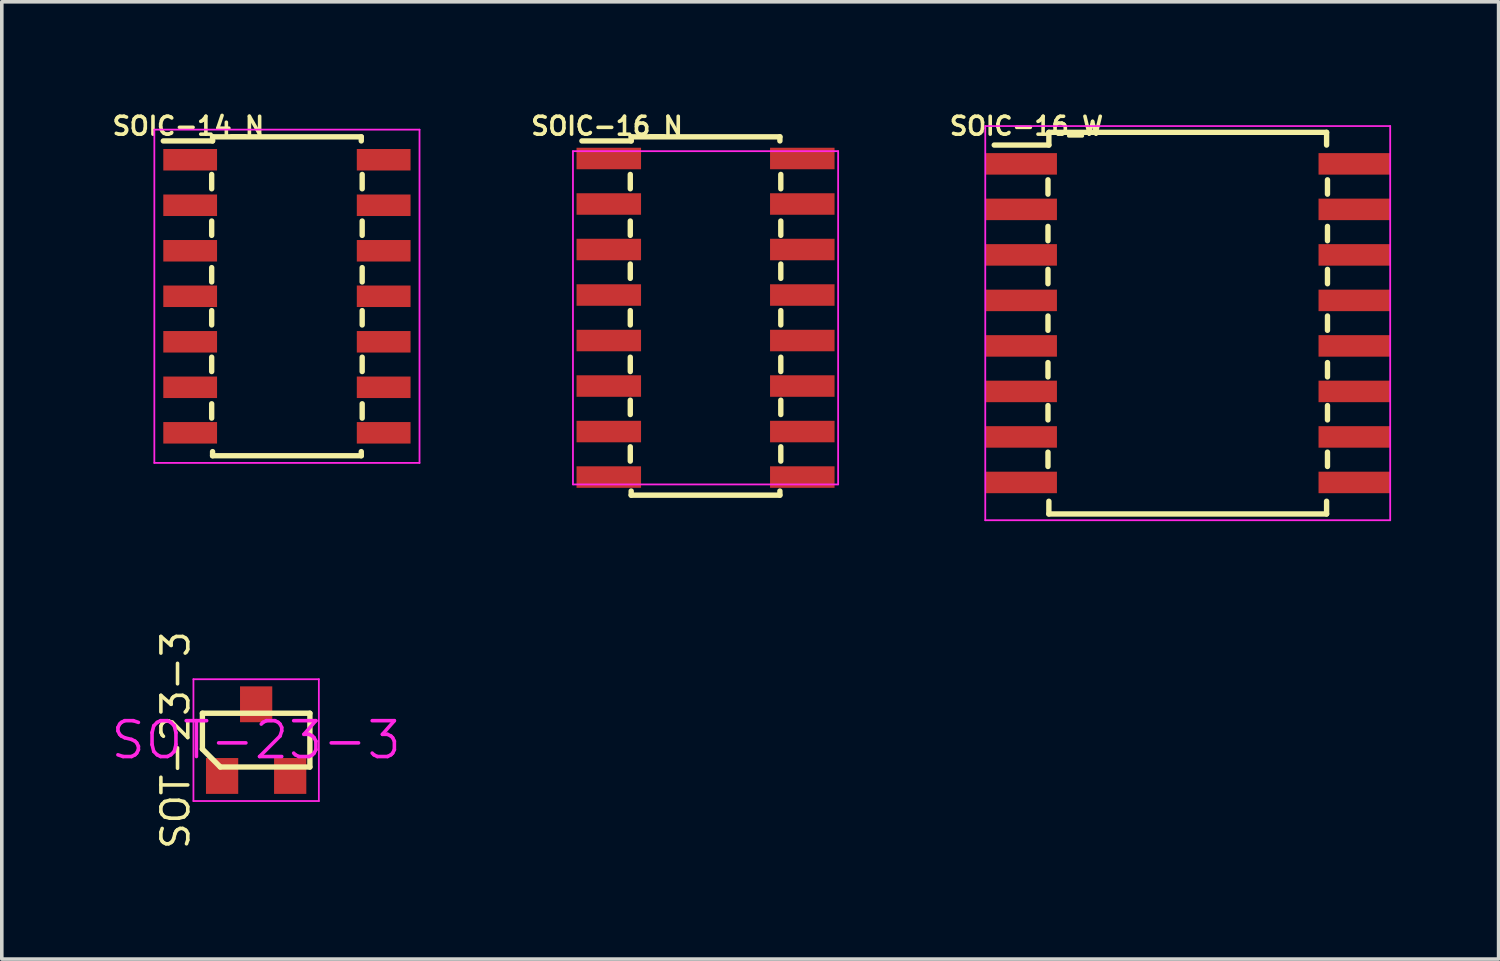
<source format=kicad_pcb>
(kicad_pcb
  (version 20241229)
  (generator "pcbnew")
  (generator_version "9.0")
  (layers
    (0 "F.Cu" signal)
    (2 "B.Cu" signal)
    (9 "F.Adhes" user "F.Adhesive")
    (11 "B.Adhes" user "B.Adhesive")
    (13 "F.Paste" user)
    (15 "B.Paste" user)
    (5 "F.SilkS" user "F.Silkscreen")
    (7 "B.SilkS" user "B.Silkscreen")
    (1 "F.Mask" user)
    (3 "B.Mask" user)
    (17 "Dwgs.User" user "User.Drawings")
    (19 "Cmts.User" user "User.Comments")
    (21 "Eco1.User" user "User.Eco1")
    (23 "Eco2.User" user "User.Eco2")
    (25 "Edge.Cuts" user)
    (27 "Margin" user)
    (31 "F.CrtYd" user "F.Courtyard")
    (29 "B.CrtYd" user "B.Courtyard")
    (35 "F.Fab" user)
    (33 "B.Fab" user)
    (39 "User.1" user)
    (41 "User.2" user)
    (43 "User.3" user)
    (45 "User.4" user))
  (footprint "SOT-23-3"
    (layer "F.Cu")
    (at 4.098 17.604)
    (property "Reference" "SOT-23-3" (at -2.25 0 90) (layer "F.SilkS") (effects (font (size 0.75 0.75) (thickness 0.1))))
    (attr smd)
    (fp_line (start -1.5 -0.75) (end -1.5 0.25) (stroke (width 0.15) (type solid)) (layer "F.SilkS"))
    (fp_line (start -1.5 0.25) (end -1 0.75) (stroke (width 0.15) (type solid)) (layer "F.SilkS"))
    (fp_line (start -1 0.75) (end 1.5 0.75) (stroke (width 0.15) (type solid)) (layer "F.SilkS"))
    (fp_line (start 1.5 -0.75) (end -1.5 -0.75) (stroke (width 0.15) (type solid)) (layer "F.SilkS"))
    (fp_line (start 1.5 0.75) (end 1.5 -0.75) (stroke (width 0.15) (type solid)) (layer "F.SilkS"))
    (fp_line (start -1.75 -1.7) (end 1.75 -1.7) (stroke (width 0.05) (type solid)) (layer "F.CrtYd"))
    (fp_line (start -1.75 1.7) (end -1.75 -1.7) (stroke (width 0.05) (type solid)) (layer "F.CrtYd"))
    (fp_line (start 1.75 -1.7) (end 1.75 1.7) (stroke (width 0.05) (type solid)) (layer "F.CrtYd"))
    (fp_line (start 1.75 1.7) (end -1.75 1.7) (stroke (width 0.05) (type solid)) (layer "F.CrtYd"))
    (fp_text user "${REFERENCE}" (at 0 0 0) (layer "F.CrtYd") (effects (font (size 1 1) (thickness 0.1))))
    (pad "1" smd rect (at -0.95 1) (size 0.9 1) (layers "F.Cu" "F.Mask" "F.Paste"))
    (pad "2" smd rect (at 0.95 1) (size 0.9 1) (layers "F.Cu" "F.Mask" "F.Paste"))
    (pad "3" smd rect (at 0 -1) (size 0.9 1) (layers "F.Cu" "F.Mask" "F.Paste")))
  (footprint "SOIC-14_N"
    (layer "F.Cu")
    (at 4.957 5.218)
    (property "Reference" "SOIC-14_N" (at -2.75 -4.75 0) (layer "F.SilkS") (effects (font (size 0.5 0.5) (thickness 0.1))))
    (attr smd)
    (fp_line (start -2.1 -3.4) (end -2.1 -3) (stroke (width 0.15) (type solid)) (layer "F.SilkS"))
    (fp_line (start -2.1 -2.1) (end -2.1 -1.7) (stroke (width 0.15) (type solid)) (layer "F.SilkS"))
    (fp_line (start -2.1 -0.8) (end -2.1 -0.4) (stroke (width 0.15) (type solid)) (layer "F.SilkS"))
    (fp_line (start -2.1 0.4) (end -2.1 0.8) (stroke (width 0.15) (type solid)) (layer "F.SilkS"))
    (fp_line (start -2.1 1.7) (end -2.1 2.1) (stroke (width 0.15) (type solid)) (layer "F.SilkS"))
    (fp_line (start -2.1 3) (end -2.1 3.4) (stroke (width 0.15) (type solid)) (layer "F.SilkS"))
    (fp_line (start -2.075 -4.45) (end -2.075 -4.335) (stroke (width 0.15) (type solid)) (layer "F.SilkS"))
    (fp_line (start -2.075 -4.45) (end 2.075 -4.45) (stroke (width 0.15) (type solid)) (layer "F.SilkS"))
    (fp_line (start -2.075 -4.335) (end -3.45 -4.335) (stroke (width 0.15) (type solid)) (layer "F.SilkS"))
    (fp_line (start -2.075 4.45) (end -2.075 4.335) (stroke (width 0.15) (type solid)) (layer "F.SilkS"))
    (fp_line (start -2.075 4.45) (end 2.075 4.45) (stroke (width 0.15) (type solid)) (layer "F.SilkS"))
    (fp_line (start 2.075 -4.45) (end 2.075 -4.335) (stroke (width 0.15) (type solid)) (layer "F.SilkS"))
    (fp_line (start 2.075 4.45) (end 2.075 4.335) (stroke (width 0.15) (type solid)) (layer "F.SilkS"))
    (fp_line (start 2.1 -3.4) (end 2.1 -3) (stroke (width 0.15) (type solid)) (layer "F.SilkS"))
    (fp_line (start 2.1 -2.1) (end 2.1 -1.7) (stroke (width 0.15) (type solid)) (layer "F.SilkS"))
    (fp_line (start 2.1 -0.8) (end 2.1 -0.4) (stroke (width 0.15) (type solid)) (layer "F.SilkS"))
    (fp_line (start 2.1 0.4) (end 2.1 0.8) (stroke (width 0.15) (type solid)) (layer "F.SilkS"))
    (fp_line (start 2.1 1.7) (end 2.1 2.1) (stroke (width 0.15) (type solid)) (layer "F.SilkS"))
    (fp_line (start 2.1 3) (end 2.1 3.4) (stroke (width 0.15) (type solid)) (layer "F.SilkS"))
    (fp_line (start -3.7 -4.65) (end -3.7 4.65) (stroke (width 0.05) (type solid)) (layer "F.CrtYd"))
    (fp_line (start -3.7 -4.65) (end 3.7 -4.65) (stroke (width 0.05) (type solid)) (layer "F.CrtYd"))
    (fp_line (start -3.7 4.65) (end 3.7 4.65) (stroke (width 0.05) (type solid)) (layer "F.CrtYd"))
    (fp_line (start 3.7 -4.65) (end 3.7 4.65) (stroke (width 0.05) (type solid)) (layer "F.CrtYd"))
    (pad "1" smd rect (at -2.7 -3.81) (size 1.5 0.6) (layers "F.Cu" "F.Mask" "F.Paste"))
    (pad "2" smd rect (at -2.7 -2.54) (size 1.5 0.6) (layers "F.Cu" "F.Mask" "F.Paste"))
    (pad "3" smd rect (at -2.7 -1.27) (size 1.5 0.6) (layers "F.Cu" "F.Mask" "F.Paste"))
    (pad "4" smd rect (at -2.7 0) (size 1.5 0.6) (layers "F.Cu" "F.Mask" "F.Paste"))
    (pad "5" smd rect (at -2.7 1.27) (size 1.5 0.6) (layers "F.Cu" "F.Mask" "F.Paste"))
    (pad "6" smd rect (at -2.7 2.54) (size 1.5 0.6) (layers "F.Cu" "F.Mask" "F.Paste"))
    (pad "7" smd rect (at -2.7 3.81) (size 1.5 0.6) (layers "F.Cu" "F.Mask" "F.Paste"))
    (pad "8" smd rect (at 2.7 3.81) (size 1.5 0.6) (layers "F.Cu" "F.Mask" "F.Paste"))
    (pad "9" smd rect (at 2.7 2.54) (size 1.5 0.6) (layers "F.Cu" "F.Mask" "F.Paste"))
    (pad "10" smd rect (at 2.7 1.27) (size 1.5 0.6) (layers "F.Cu" "F.Mask" "F.Paste"))
    (pad "11" smd rect (at 2.7 0) (size 1.5 0.6) (layers "F.Cu" "F.Mask" "F.Paste"))
    (pad "12" smd rect (at 2.7 -1.27) (size 1.5 0.6) (layers "F.Cu" "F.Mask" "F.Paste"))
    (pad "13" smd rect (at 2.7 -2.54) (size 1.5 0.6) (layers "F.Cu" "F.Mask" "F.Paste"))
    (pad "14" smd rect (at 2.7 -3.81) (size 1.5 0.6) (layers "F.Cu" "F.Mask" "F.Paste")))
  (footprint "SOIC-16_N"
    (layer "F.Cu")
    (at 16.639 5.818)
    (property "Reference" "SOIC-16_N" (at -2.75 -5.35 0) (layer "F.SilkS") (effects (font (size 0.5 0.5) (thickness 0.1))))
    (attr smd)
    (fp_line (start -2.1 -4) (end -2.1 -3.6) (stroke (width 0.15) (type solid)) (layer "F.SilkS"))
    (fp_line (start -2.1 -2.7) (end -2.1 -2.3) (stroke (width 0.15) (type solid)) (layer "F.SilkS"))
    (fp_line (start -2.1 -1.5) (end -2.1 -1.1) (stroke (width 0.15) (type solid)) (layer "F.SilkS"))
    (fp_line (start -2.1 -0.2) (end -2.1 0.2) (stroke (width 0.15) (type solid)) (layer "F.SilkS"))
    (fp_line (start -2.1 1.1) (end -2.1 1.5) (stroke (width 0.15) (type solid)) (layer "F.SilkS"))
    (fp_line (start -2.1 2.3) (end -2.1 2.7) (stroke (width 0.15) (type solid)) (layer "F.SilkS"))
    (fp_line (start -2.1 3.6) (end -2.1 4) (stroke (width 0.15) (type solid)) (layer "F.SilkS"))
    (fp_line (start -2.075 -5.05) (end -2.075 -4.935) (stroke (width 0.15) (type solid)) (layer "F.SilkS"))
    (fp_line (start -2.075 -5.05) (end 2.075 -5.05) (stroke (width 0.15) (type solid)) (layer "F.SilkS"))
    (fp_line (start -2.075 -4.935) (end -3.45 -4.935) (stroke (width 0.15) (type solid)) (layer "F.SilkS"))
    (fp_line (start -2.075 4.95) (end -2.075 4.835) (stroke (width 0.15) (type solid)) (layer "F.SilkS"))
    (fp_line (start -2.075 4.95) (end 2.075 4.95) (stroke (width 0.15) (type solid)) (layer "F.SilkS"))
    (fp_line (start 2.075 -5.05) (end 2.075 -4.935) (stroke (width 0.15) (type solid)) (layer "F.SilkS"))
    (fp_line (start 2.075 4.95) (end 2.075 4.835) (stroke (width 0.15) (type solid)) (layer "F.SilkS"))
    (fp_line (start 2.1 -4) (end 2.1 -3.6) (stroke (width 0.15) (type solid)) (layer "F.SilkS"))
    (fp_line (start 2.1 -2.7) (end 2.1 -2.3) (stroke (width 0.15) (type solid)) (layer "F.SilkS"))
    (fp_line (start 2.1 -1.5) (end 2.1 -1.1) (stroke (width 0.15) (type solid)) (layer "F.SilkS"))
    (fp_line (start 2.1 -0.2) (end 2.1 0.2) (stroke (width 0.15) (type solid)) (layer "F.SilkS"))
    (fp_line (start 2.1 1.1) (end 2.1 1.5) (stroke (width 0.15) (type solid)) (layer "F.SilkS"))
    (fp_line (start 2.1 2.3) (end 2.1 2.7) (stroke (width 0.15) (type solid)) (layer "F.SilkS"))
    (fp_line (start 2.1 3.6) (end 2.1 4) (stroke (width 0.15) (type solid)) (layer "F.SilkS"))
    (fp_line (start -3.7 -4.65) (end -3.7 4.65) (stroke (width 0.05) (type solid)) (layer "F.CrtYd"))
    (fp_line (start -3.7 -4.65) (end 3.7 -4.65) (stroke (width 0.05) (type solid)) (layer "F.CrtYd"))
    (fp_line (start -3.7 4.65) (end 3.7 4.65) (stroke (width 0.05) (type solid)) (layer "F.CrtYd"))
    (fp_line (start 3.7 -4.65) (end 3.7 4.65) (stroke (width 0.05) (type solid)) (layer "F.CrtYd"))
    (pad "1" smd rect (at -2.7 -4.445) (size 1.8 0.6) (layers "F.Cu" "F.Mask" "F.Paste"))
    (pad "2" smd rect (at -2.7 -3.175) (size 1.8 0.6) (layers "F.Cu" "F.Mask" "F.Paste"))
    (pad "3" smd rect (at -2.7 -1.905) (size 1.8 0.6) (layers "F.Cu" "F.Mask" "F.Paste"))
    (pad "4" smd rect (at -2.7 -0.635) (size 1.8 0.6) (layers "F.Cu" "F.Mask" "F.Paste"))
    (pad "5" smd rect (at -2.7 0.635) (size 1.8 0.6) (layers "F.Cu" "F.Mask" "F.Paste"))
    (pad "6" smd rect (at -2.7 1.905) (size 1.8 0.6) (layers "F.Cu" "F.Mask" "F.Paste"))
    (pad "7" smd rect (at -2.7 3.175) (size 1.8 0.6) (layers "F.Cu" "F.Mask" "F.Paste"))
    (pad "8" smd rect (at -2.7 4.445) (size 1.8 0.6) (layers "F.Cu" "F.Mask" "F.Paste"))
    (pad "9" smd rect (at 2.7 4.445) (size 1.8 0.6) (layers "F.Cu" "F.Mask" "F.Paste"))
    (pad "10" smd rect (at 2.7 3.175) (size 1.8 0.6) (layers "F.Cu" "F.Mask" "F.Paste"))
    (pad "11" smd rect (at 2.7 1.905) (size 1.8 0.6) (layers "F.Cu" "F.Mask" "F.Paste"))
    (pad "12" smd rect (at 2.7 0.635) (size 1.8 0.6) (layers "F.Cu" "F.Mask" "F.Paste"))
    (pad "13" smd rect (at 2.7 -0.635) (size 1.8 0.6) (layers "F.Cu" "F.Mask" "F.Paste"))
    (pad "14" smd rect (at 2.7 -1.905) (size 1.8 0.6) (layers "F.Cu" "F.Mask" "F.Paste"))
    (pad "15" smd rect (at 2.7 -3.175) (size 1.8 0.6) (layers "F.Cu" "F.Mask" "F.Paste"))
    (pad "16" smd rect (at 2.7 -4.445) (size 1.8 0.6) (layers "F.Cu" "F.Mask" "F.Paste")))
  (footprint "SOIC-16_W"
    (layer "F.Cu")
    (at 30.095 5.968)
    (property "Reference" "SOIC-16_W" (at -4.5 -5.5 180) (layer "F.SilkS") (effects (font (size 0.5 0.5) (thickness 0.1))))
    (attr smd)
    (fp_line (start -3.9 -4) (end -3.9 -3.6) (stroke (width 0.15) (type solid)) (layer "F.SilkS"))
    (fp_line (start -3.9 -2.7) (end -3.9 -2.3) (stroke (width 0.15) (type solid)) (layer "F.SilkS"))
    (fp_line (start -3.9 -1.5) (end -3.9 -1.1) (stroke (width 0.15) (type solid)) (layer "F.SilkS"))
    (fp_line (start -3.9 -0.2) (end -3.9 0.2) (stroke (width 0.15) (type solid)) (layer "F.SilkS"))
    (fp_line (start -3.9 1.1) (end -3.9 1.5) (stroke (width 0.15) (type solid)) (layer "F.SilkS"))
    (fp_line (start -3.9 2.3) (end -3.9 2.7) (stroke (width 0.15) (type solid)) (layer "F.SilkS"))
    (fp_line (start -3.9 3.6) (end -3.9 4) (stroke (width 0.15) (type solid)) (layer "F.SilkS"))
    (fp_line (start -3.875 -5.325) (end -3.875 -4.97) (stroke (width 0.15) (type solid)) (layer "F.SilkS"))
    (fp_line (start -3.875 -5.325) (end 3.875 -5.325) (stroke (width 0.15) (type solid)) (layer "F.SilkS"))
    (fp_line (start -3.875 -4.97) (end -5.4 -4.97) (stroke (width 0.15) (type solid)) (layer "F.SilkS"))
    (fp_line (start -3.875 5.325) (end -3.875 4.97) (stroke (width 0.15) (type solid)) (layer "F.SilkS"))
    (fp_line (start -3.875 5.325) (end 3.875 5.325) (stroke (width 0.15) (type solid)) (layer "F.SilkS"))
    (fp_line (start 3.875 -5.325) (end 3.875 -4.97) (stroke (width 0.15) (type solid)) (layer "F.SilkS"))
    (fp_line (start 3.875 5.325) (end 3.875 4.97) (stroke (width 0.15) (type solid)) (layer "F.SilkS"))
    (fp_line (start 3.9 -4) (end 3.9 -3.6) (stroke (width 0.15) (type solid)) (layer "F.SilkS"))
    (fp_line (start 3.9 -2.7) (end 3.9 -2.3) (stroke (width 0.15) (type solid)) (layer "F.SilkS"))
    (fp_line (start 3.9 -1.5) (end 3.9 -1.1) (stroke (width 0.15) (type solid)) (layer "F.SilkS"))
    (fp_line (start 3.9 -0.2) (end 3.9 0.2) (stroke (width 0.15) (type solid)) (layer "F.SilkS"))
    (fp_line (start 3.9 1.1) (end 3.9 1.5) (stroke (width 0.15) (type solid)) (layer "F.SilkS"))
    (fp_line (start 3.9 2.3) (end 3.9 2.7) (stroke (width 0.15) (type solid)) (layer "F.SilkS"))
    (fp_line (start 3.9 3.6) (end 3.9 4) (stroke (width 0.15) (type solid)) (layer "F.SilkS"))
    (fp_line (start -5.65 -5.5) (end -5.65 5.5) (stroke (width 0.05) (type solid)) (layer "F.CrtYd"))
    (fp_line (start -5.65 -5.5) (end 5.65 -5.5) (stroke (width 0.05) (type solid)) (layer "F.CrtYd"))
    (fp_line (start -5.65 5.5) (end 5.65 5.5) (stroke (width 0.05) (type solid)) (layer "F.CrtYd"))
    (fp_line (start 5.65 -5.5) (end 5.65 5.5) (stroke (width 0.05) (type solid)) (layer "F.CrtYd"))
    (pad "1" smd rect (at -4.65 -4.445) (size 2 0.6) (layers "F.Cu" "F.Mask" "F.Paste"))
    (pad "2" smd rect (at -4.65 -3.175) (size 2 0.6) (layers "F.Cu" "F.Mask" "F.Paste"))
    (pad "3" smd rect (at -4.65 -1.905) (size 2 0.6) (layers "F.Cu" "F.Mask" "F.Paste"))
    (pad "4" smd rect (at -4.65 -0.635) (size 2 0.6) (layers "F.Cu" "F.Mask" "F.Paste"))
    (pad "5" smd rect (at -4.65 0.635) (size 2 0.6) (layers "F.Cu" "F.Mask" "F.Paste"))
    (pad "6" smd rect (at -4.65 1.905) (size 2 0.6) (layers "F.Cu" "F.Mask" "F.Paste"))
    (pad "7" smd rect (at -4.65 3.175) (size 2 0.6) (layers "F.Cu" "F.Mask" "F.Paste"))
    (pad "8" smd rect (at -4.65 4.445) (size 2 0.6) (layers "F.Cu" "F.Mask" "F.Paste"))
    (pad "9" smd rect (at 4.65 4.445) (size 2 0.6) (layers "F.Cu" "F.Mask" "F.Paste"))
    (pad "10" smd rect (at 4.65 3.175) (size 2 0.6) (layers "F.Cu" "F.Mask" "F.Paste"))
    (pad "11" smd rect (at 4.65 1.905) (size 2 0.6) (layers "F.Cu" "F.Mask" "F.Paste"))
    (pad "12" smd rect (at 4.65 0.635) (size 2 0.6) (layers "F.Cu" "F.Mask" "F.Paste"))
    (pad "13" smd rect (at 4.65 -0.635) (size 2 0.6) (layers "F.Cu" "F.Mask" "F.Paste"))
    (pad "14" smd rect (at 4.65 -1.905) (size 2 0.6) (layers "F.Cu" "F.Mask" "F.Paste"))
    (pad "15" smd rect (at 4.65 -3.175) (size 2 0.6) (layers "F.Cu" "F.Mask" "F.Paste"))
    (pad "16" smd rect (at 4.65 -4.445) (size 2 0.6) (layers "F.Cu" "F.Mask" "F.Paste")))
  (gr_rect
    (start -3 -3)
    (end 38.77 23.714)
    (stroke (width 0.1) (type default))
    (fill no)
    (layer "Edge.Cuts")))
</source>
